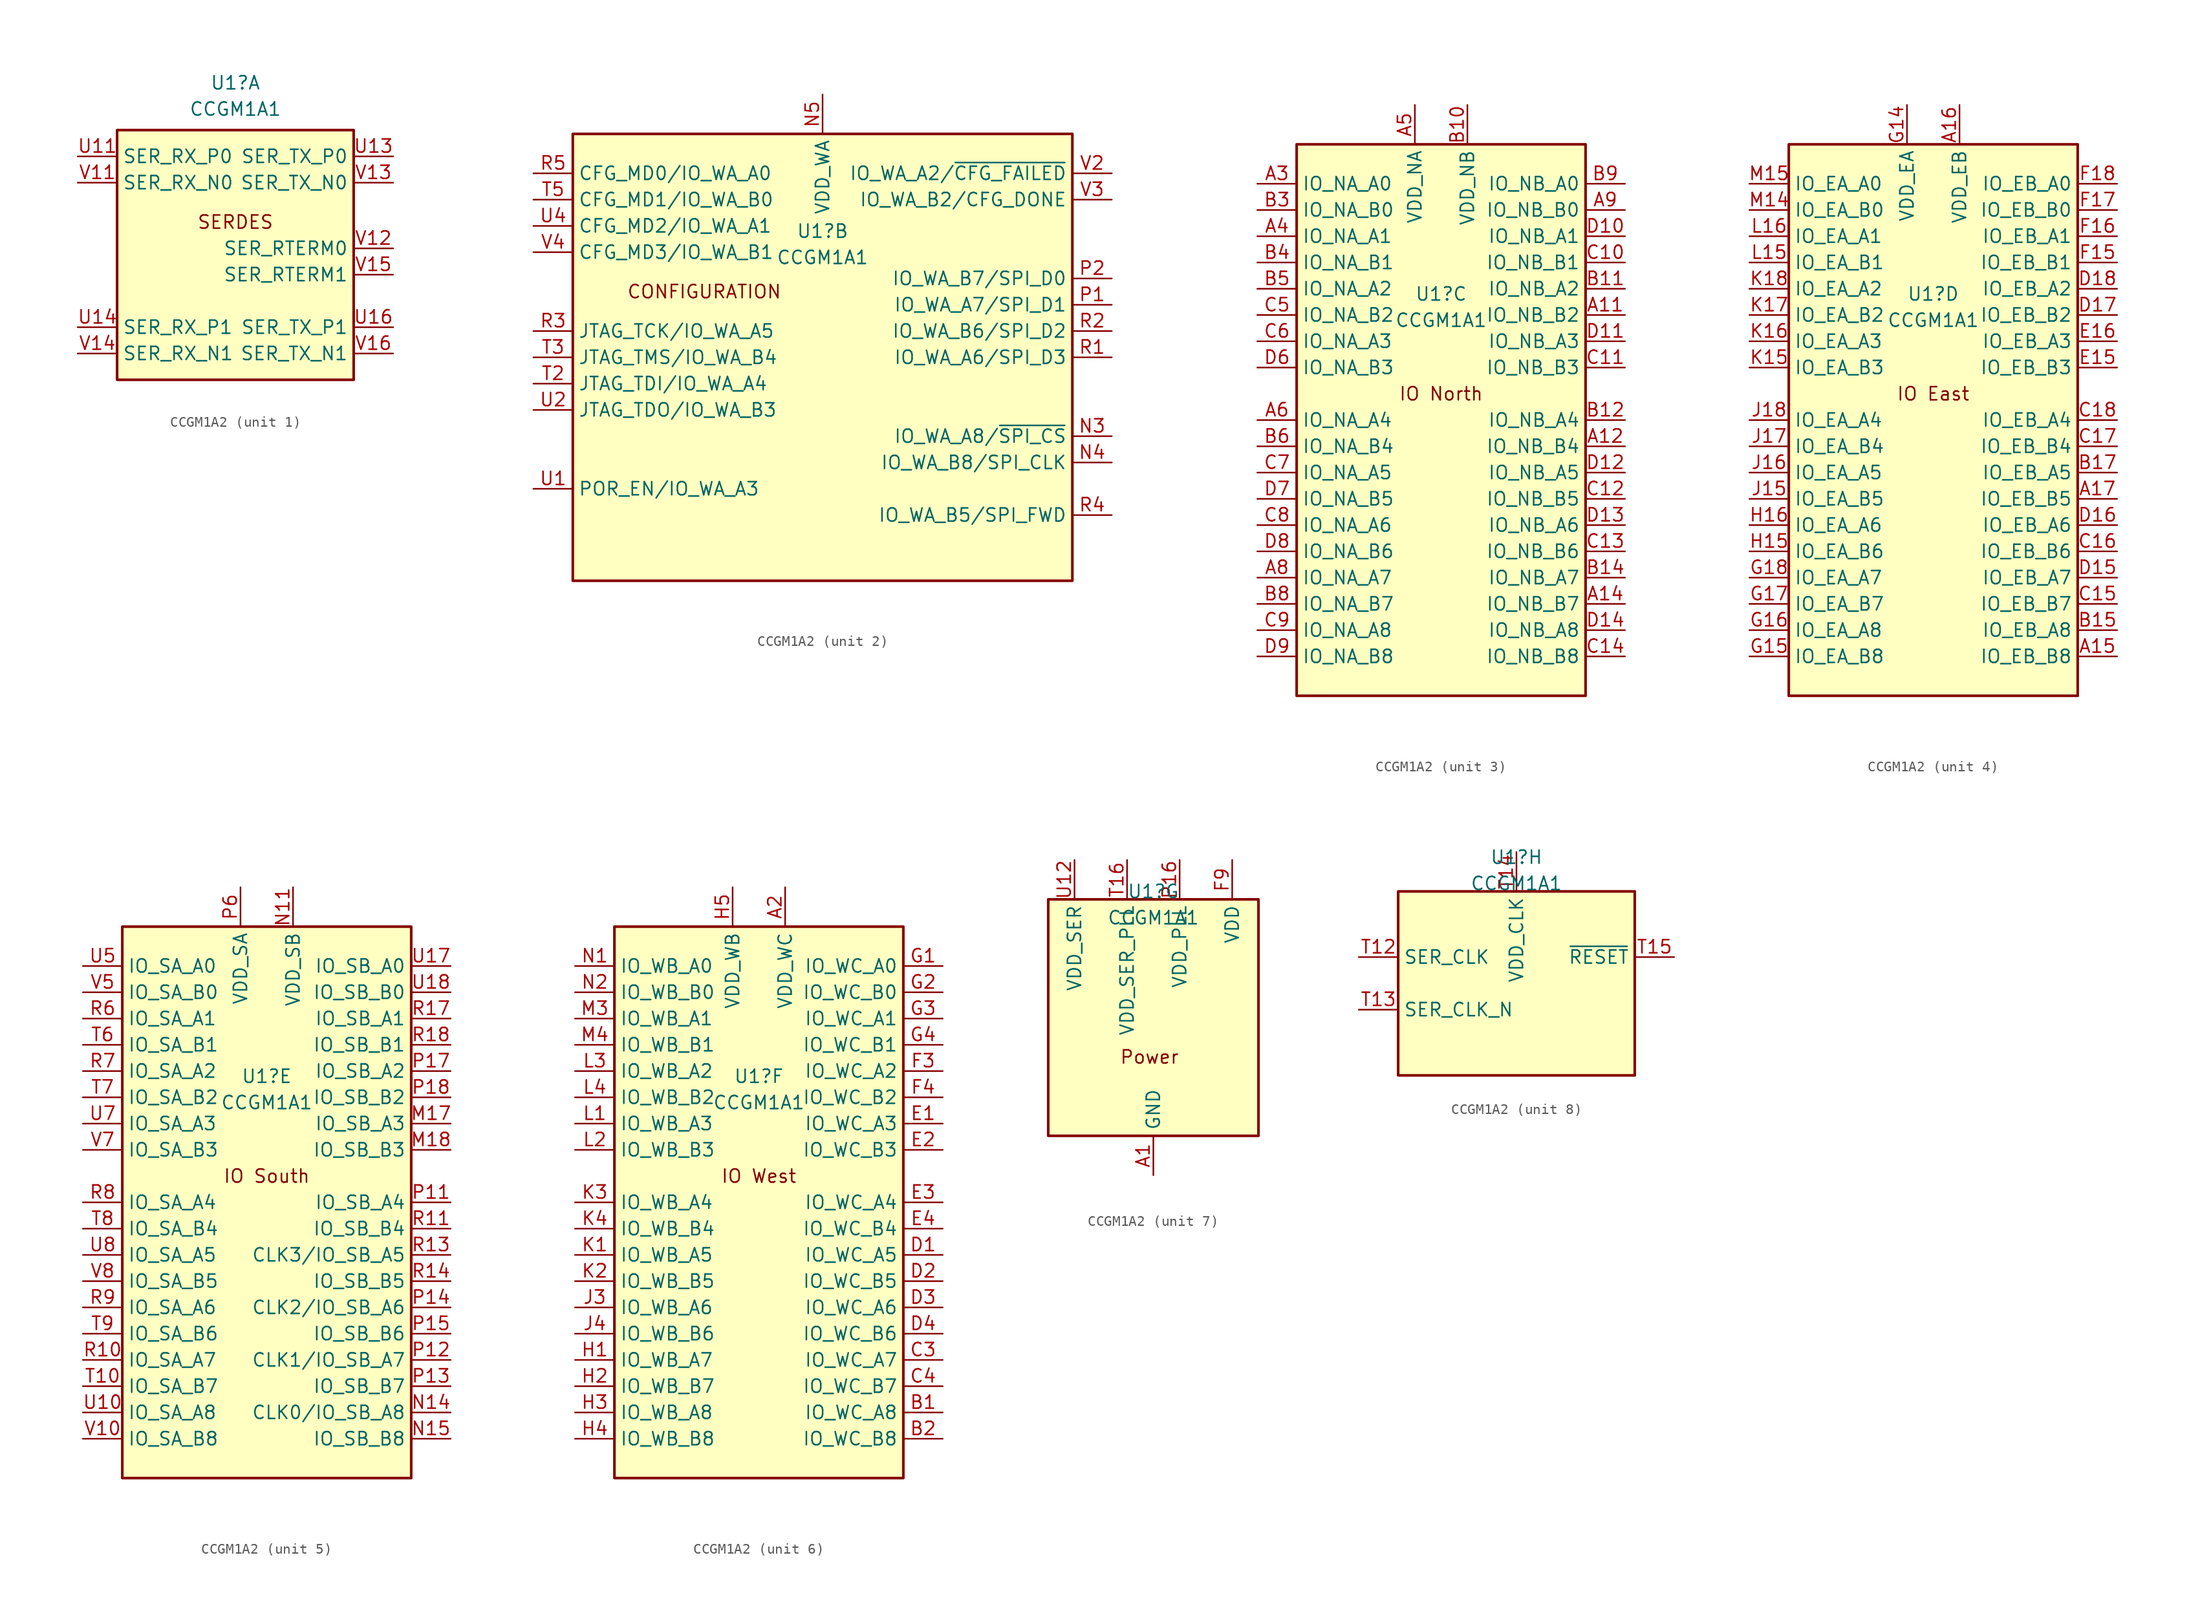
<source format=kicad_sym>
(kicad_symbol_lib
  (version 20231120)
  (generator "kicad_symbol_editor")
  (generator_version "8.0")
  (symbol "CCGM1A2"
    (property "Reference" "U1"
      (at 0 12.192 0)
      (effects (font (size 1.27 1.27))))
    (property "Value" "CCGM1A1"
      (at 0 9.652 0)
      (effects (font (size 1.27 1.27))))
    (property "ki_locked" ""
      (at 0 0 0)
      (effects (font (size 1.27 1.27))))
    (symbol "CCGM1A2_1_1"
      (rectangle (start -11.43 7.62) (end 11.43 -16.51) (stroke (width 0.254) (type default)) (fill (type background)))
      (text "SERDES" (at 0 -1.27 0) (effects (font (size 1.27 1.27))))
      (pin input line (at -15.24 5.08 0) (length 3.81) (name "SER_RX_P0" (effects (font (size 1.27 1.27)))) (number "U11" (effects (font (size 1.27 1.27)))))
      (pin output line (at 15.24 5.08 180) (length 3.81) (name "SER_TX_P0" (effects (font (size 1.27 1.27)))) (number "U13" (effects (font (size 1.27 1.27)))))
      (pin input line (at -15.24 -11.43 0) (length 3.81) (name "SER_RX_P1" (effects (font (size 1.27 1.27)))) (number "U14" (effects (font (size 1.27 1.27)))))
      (pin output line (at 15.24 -11.43 180) (length 3.81) (name "SER_TX_P1" (effects (font (size 1.27 1.27)))) (number "U16" (effects (font (size 1.27 1.27)))))
      (pin input line (at -15.24 2.54 0) (length 3.81) (name "SER_RX_N0" (effects (font (size 1.27 1.27)))) (number "V11" (effects (font (size 1.27 1.27)))))
      (pin passive line (at 15.24 -3.81 180) (length 3.81) (name "SER_RTERM0" (effects (font (size 1.27 1.27)))) (number "V12" (effects (font (size 1.27 1.27)))))
      (pin output line (at 15.24 2.54 180) (length 3.81) (name "SER_TX_N0" (effects (font (size 1.27 1.27)))) (number "V13" (effects (font (size 1.27 1.27)))))
      (pin input line (at -15.24 -13.97 0) (length 3.81) (name "SER_RX_N1" (effects (font (size 1.27 1.27)))) (number "V14" (effects (font (size 1.27 1.27)))))
      (pin passive line (at 15.24 -6.35 180) (length 3.81) (name "SER_RTERM1" (effects (font (size 1.27 1.27)))) (number "V15" (effects (font (size 1.27 1.27)))))
      (pin output line (at 15.24 -13.97 180) (length 3.81) (name "SER_TX_N1" (effects (font (size 1.27 1.27)))) (number "V16" (effects (font (size 1.27 1.27))))))
    (symbol "CCGM1A2_2_1"
      (rectangle (start 24.13 21.59) (end -24.13 -21.59) (stroke (width 0.254) (type default)) (fill (type background)))
      (text "CONFIGURATION" (at -11.43 6.35 0) (effects (font (size 1.27 1.27))))
      (pin bidirectional line (at 27.94 -7.62 180) (length 3.81) (name "IO_WA_A8/~{SPI_CS}" (effects (font (size 1.27 1.27)))) (number "N3" (effects (font (size 1.27 1.27)))))
      (pin bidirectional line (at 27.94 -10.16 180) (length 3.81) (name "IO_WA_B8/SPI_CLK" (effects (font (size 1.27 1.27)))) (number "N4" (effects (font (size 1.27 1.27)))))
      (pin power_in line (at 0 25.4 270) (length 3.81) (name "VDD_WA" (effects (font (size 1.27 1.27)))) (number "N5" (effects (font (size 1.27 1.27)))))
      (pin bidirectional line (at 27.94 5.08 180) (length 3.81) (name "IO_WA_A7/SPI_D1" (effects (font (size 1.27 1.27)))) (number "P1" (effects (font (size 1.27 1.27)))))
      (pin bidirectional line (at 27.94 7.62 180) (length 3.81) (name "IO_WA_B7/SPI_D0" (effects (font (size 1.27 1.27)))) (number "P2" (effects (font (size 1.27 1.27)))))
      (pin passive line (at 0 25.4 270) (length 3.81) hide (name "VDD_WA" (effects (font (size 1.27 1.27)))) (number "P3" (effects (font (size 1.27 1.27)))))
      (pin passive line (at 0 25.4 270) (length 3.81) hide (name "VDD_WA" (effects (font (size 1.27 1.27)))) (number "P5" (effects (font (size 1.27 1.27)))))
      (pin bidirectional line (at 27.94 0 180) (length 3.81) (name "IO_WA_A6/SPI_D3" (effects (font (size 1.27 1.27)))) (number "R1" (effects (font (size 1.27 1.27)))))
      (pin bidirectional line (at 27.94 2.54 180) (length 3.81) (name "IO_WA_B6/SPI_D2" (effects (font (size 1.27 1.27)))) (number "R2" (effects (font (size 1.27 1.27)))))
      (pin bidirectional line (at -27.94 2.54 0) (length 3.81) (name "JTAG_TCK/IO_WA_A5" (effects (font (size 1.27 1.27)))) (number "R3" (effects (font (size 1.27 1.27)))))
      (pin bidirectional line (at 27.94 -15.24 180) (length 3.81) (name "IO_WA_B5/SPI_FWD" (effects (font (size 1.27 1.27)))) (number "R4" (effects (font (size 1.27 1.27)))))
      (pin bidirectional line (at -27.94 17.78 0) (length 3.81) (name "CFG_MD0/IO_WA_A0" (effects (font (size 1.27 1.27)))) (number "R5" (effects (font (size 1.27 1.27)))))
      (pin passive line (at 0 25.4 270) (length 3.81) hide (name "VDD_WA" (effects (font (size 1.27 1.27)))) (number "T1" (effects (font (size 1.27 1.27)))))
      (pin bidirectional line (at -27.94 -2.54 0) (length 3.81) (name "JTAG_TDI/IO_WA_A4" (effects (font (size 1.27 1.27)))) (number "T2" (effects (font (size 1.27 1.27)))))
      (pin bidirectional line (at -27.94 0 0) (length 3.81) (name "JTAG_TMS/IO_WA_B4" (effects (font (size 1.27 1.27)))) (number "T3" (effects (font (size 1.27 1.27)))))
      (pin bidirectional line (at -27.94 15.24 0) (length 3.81) (name "CFG_MD1/IO_WA_B0" (effects (font (size 1.27 1.27)))) (number "T5" (effects (font (size 1.27 1.27)))))
      (pin bidirectional line (at -27.94 -12.7 0) (length 3.81) (name "POR_EN/IO_WA_A3" (effects (font (size 1.27 1.27)))) (number "U1" (effects (font (size 1.27 1.27)))))
      (pin bidirectional line (at -27.94 -5.08 0) (length 3.81) (name "JTAG_TDO/IO_WA_B3" (effects (font (size 1.27 1.27)))) (number "U2" (effects (font (size 1.27 1.27)))))
      (pin passive line (at 0 25.4 270) (length 3.81) hide (name "VDD_WA" (effects (font (size 1.27 1.27)))) (number "U3" (effects (font (size 1.27 1.27)))))
      (pin bidirectional line (at -27.94 12.7 0) (length 3.81) (name "CFG_MD2/IO_WA_A1" (effects (font (size 1.27 1.27)))) (number "U4" (effects (font (size 1.27 1.27)))))
      (pin bidirectional line (at 27.94 17.78 180) (length 3.81) (name "IO_WA_A2/~{CFG_FAILED}" (effects (font (size 1.27 1.27)))) (number "V2" (effects (font (size 1.27 1.27)))))
      (pin bidirectional line (at 27.94 15.24 180) (length 3.81) (name "IO_WA_B2/CFG_DONE" (effects (font (size 1.27 1.27)))) (number "V3" (effects (font (size 1.27 1.27)))))
      (pin bidirectional line (at -27.94 10.16 0) (length 3.81) (name "CFG_MD3/IO_WA_B1" (effects (font (size 1.27 1.27)))) (number "V4" (effects (font (size 1.27 1.27))))))
    (symbol "CCGM1A2_3_1"
      (rectangle (start -13.97 -26.67) (end 13.97 26.67) (stroke (width 0.254) (type default)) (fill (type background)))
      (text "IO North" (at 0 2.54 0) (effects (font (size 1.27 1.27))))
      (pin bidirectional line (at 17.78 10.16 180) (length 3.81) (name "IO_NB_B2" (effects (font (size 1.27 1.27)))) (number "A11" (effects (font (size 1.27 1.27)))))
      (pin bidirectional line (at 17.78 -2.54 180) (length 3.81) (name "IO_NB_B4" (effects (font (size 1.27 1.27)))) (number "A12" (effects (font (size 1.27 1.27)))))
      (pin bidirectional line (at 17.78 -17.78 180) (length 3.81) (name "IO_NB_B7" (effects (font (size 1.27 1.27)))) (number "A14" (effects (font (size 1.27 1.27)))))
      (pin bidirectional line (at -17.78 22.86 0) (length 3.81) (name "IO_NA_A0" (effects (font (size 1.27 1.27)))) (number "A3" (effects (font (size 1.27 1.27)))))
      (pin bidirectional line (at -17.78 17.78 0) (length 3.81) (name "IO_NA_A1" (effects (font (size 1.27 1.27)))) (number "A4" (effects (font (size 1.27 1.27)))))
      (pin power_in line (at -2.54 30.48 270) (length 3.81) (name "VDD_NA" (effects (font (size 1.27 1.27)))) (number "A5" (effects (font (size 1.27 1.27)))))
      (pin bidirectional line (at -17.78 0 0) (length 3.81) (name "IO_NA_A4" (effects (font (size 1.27 1.27)))) (number "A6" (effects (font (size 1.27 1.27)))))
      (pin bidirectional line (at -17.78 -15.24 0) (length 3.81) (name "IO_NA_A7" (effects (font (size 1.27 1.27)))) (number "A8" (effects (font (size 1.27 1.27)))))
      (pin bidirectional line (at 17.78 20.32 180) (length 3.81) (name "IO_NB_B0" (effects (font (size 1.27 1.27)))) (number "A9" (effects (font (size 1.27 1.27)))))
      (pin power_in line (at 2.54 30.48 270) (length 3.81) (name "VDD_NB" (effects (font (size 1.27 1.27)))) (number "B10" (effects (font (size 1.27 1.27)))))
      (pin bidirectional line (at 17.78 12.7 180) (length 3.81) (name "IO_NB_A2" (effects (font (size 1.27 1.27)))) (number "B11" (effects (font (size 1.27 1.27)))))
      (pin bidirectional line (at 17.78 0 180) (length 3.81) (name "IO_NB_A4" (effects (font (size 1.27 1.27)))) (number "B12" (effects (font (size 1.27 1.27)))))
      (pin passive line (at 2.54 30.48 270) (length 3.81) hide (name "VDD_NB" (effects (font (size 1.27 1.27)))) (number "B13" (effects (font (size 1.27 1.27)))))
      (pin bidirectional line (at 17.78 -15.24 180) (length 3.81) (name "IO_NB_A7" (effects (font (size 1.27 1.27)))) (number "B14" (effects (font (size 1.27 1.27)))))
      (pin bidirectional line (at -17.78 20.32 0) (length 3.81) (name "IO_NA_B0" (effects (font (size 1.27 1.27)))) (number "B3" (effects (font (size 1.27 1.27)))))
      (pin bidirectional line (at -17.78 15.24 0) (length 3.81) (name "IO_NA_B1" (effects (font (size 1.27 1.27)))) (number "B4" (effects (font (size 1.27 1.27)))))
      (pin bidirectional line (at -17.78 12.7 0) (length 3.81) (name "IO_NA_A2" (effects (font (size 1.27 1.27)))) (number "B5" (effects (font (size 1.27 1.27)))))
      (pin bidirectional line (at -17.78 -2.54 0) (length 3.81) (name "IO_NA_B4" (effects (font (size 1.27 1.27)))) (number "B6" (effects (font (size 1.27 1.27)))))
      (pin passive line (at -2.54 30.48 270) (length 3.81) hide (name "VDD_NA" (effects (font (size 1.27 1.27)))) (number "B7" (effects (font (size 1.27 1.27)))))
      (pin bidirectional line (at -17.78 -17.78 0) (length 3.81) (name "IO_NA_B7" (effects (font (size 1.27 1.27)))) (number "B8" (effects (font (size 1.27 1.27)))))
      (pin bidirectional line (at 17.78 22.86 180) (length 3.81) (name "IO_NB_A0" (effects (font (size 1.27 1.27)))) (number "B9" (effects (font (size 1.27 1.27)))))
      (pin bidirectional line (at 17.78 15.24 180) (length 3.81) (name "IO_NB_B1" (effects (font (size 1.27 1.27)))) (number "C10" (effects (font (size 1.27 1.27)))))
      (pin bidirectional line (at 17.78 5.08 180) (length 3.81) (name "IO_NB_B3" (effects (font (size 1.27 1.27)))) (number "C11" (effects (font (size 1.27 1.27)))))
      (pin bidirectional line (at 17.78 -7.62 180) (length 3.81) (name "IO_NB_B5" (effects (font (size 1.27 1.27)))) (number "C12" (effects (font (size 1.27 1.27)))))
      (pin bidirectional line (at 17.78 -12.7 180) (length 3.81) (name "IO_NB_B6" (effects (font (size 1.27 1.27)))) (number "C13" (effects (font (size 1.27 1.27)))))
      (pin bidirectional line (at 17.78 -22.86 180) (length 3.81) (name "IO_NB_B8" (effects (font (size 1.27 1.27)))) (number "C14" (effects (font (size 1.27 1.27)))))
      (pin bidirectional line (at -17.78 10.16 0) (length 3.81) (name "IO_NA_B2" (effects (font (size 1.27 1.27)))) (number "C5" (effects (font (size 1.27 1.27)))))
      (pin bidirectional line (at -17.78 7.62 0) (length 3.81) (name "IO_NA_A3" (effects (font (size 1.27 1.27)))) (number "C6" (effects (font (size 1.27 1.27)))))
      (pin bidirectional line (at -17.78 -5.08 0) (length 3.81) (name "IO_NA_A5" (effects (font (size 1.27 1.27)))) (number "C7" (effects (font (size 1.27 1.27)))))
      (pin bidirectional line (at -17.78 -10.16 0) (length 3.81) (name "IO_NA_A6" (effects (font (size 1.27 1.27)))) (number "C8" (effects (font (size 1.27 1.27)))))
      (pin bidirectional line (at -17.78 -20.32 0) (length 3.81) (name "IO_NA_A8" (effects (font (size 1.27 1.27)))) (number "C9" (effects (font (size 1.27 1.27)))))
      (pin bidirectional line (at 17.78 17.78 180) (length 3.81) (name "IO_NB_A1" (effects (font (size 1.27 1.27)))) (number "D10" (effects (font (size 1.27 1.27)))))
      (pin bidirectional line (at 17.78 7.62 180) (length 3.81) (name "IO_NB_A3" (effects (font (size 1.27 1.27)))) (number "D11" (effects (font (size 1.27 1.27)))))
      (pin bidirectional line (at 17.78 -5.08 180) (length 3.81) (name "IO_NB_A5" (effects (font (size 1.27 1.27)))) (number "D12" (effects (font (size 1.27 1.27)))))
      (pin bidirectional line (at 17.78 -10.16 180) (length 3.81) (name "IO_NB_A6" (effects (font (size 1.27 1.27)))) (number "D13" (effects (font (size 1.27 1.27)))))
      (pin bidirectional line (at 17.78 -20.32 180) (length 3.81) (name "IO_NB_A8" (effects (font (size 1.27 1.27)))) (number "D14" (effects (font (size 1.27 1.27)))))
      (pin bidirectional line (at -17.78 5.08 0) (length 3.81) (name "IO_NA_B3" (effects (font (size 1.27 1.27)))) (number "D6" (effects (font (size 1.27 1.27)))))
      (pin bidirectional line (at -17.78 -7.62 0) (length 3.81) (name "IO_NA_B5" (effects (font (size 1.27 1.27)))) (number "D7" (effects (font (size 1.27 1.27)))))
      (pin bidirectional line (at -17.78 -12.7 0) (length 3.81) (name "IO_NA_B6" (effects (font (size 1.27 1.27)))) (number "D8" (effects (font (size 1.27 1.27)))))
      (pin bidirectional line (at -17.78 -22.86 0) (length 3.81) (name "IO_NA_B8" (effects (font (size 1.27 1.27)))) (number "D9" (effects (font (size 1.27 1.27)))))
      (pin passive line (at 2.54 30.48 270) (length 3.81) hide (name "VDD_NB" (effects (font (size 1.27 1.27)))) (number "E10" (effects (font (size 1.27 1.27)))))
      (pin passive line (at 2.54 30.48 270) (length 3.81) hide (name "VDD_NB" (effects (font (size 1.27 1.27)))) (number "E12" (effects (font (size 1.27 1.27)))))
      (pin passive line (at -2.54 30.48 270) (length 3.81) hide (name "VDD_NA" (effects (font (size 1.27 1.27)))) (number "E6" (effects (font (size 1.27 1.27)))))
      (pin passive line (at -2.54 30.48 270) (length 3.81) hide (name "VDD_NA" (effects (font (size 1.27 1.27)))) (number "E8" (effects (font (size 1.27 1.27)))))
      (pin passive line (at 2.54 30.48 270) (length 3.81) hide (name "VDD_NB" (effects (font (size 1.27 1.27)))) (number "F11" (effects (font (size 1.27 1.27)))))
      (pin passive line (at -2.54 30.48 270) (length 3.81) hide (name "VDD_NA" (effects (font (size 1.27 1.27)))) (number "F7" (effects (font (size 1.27 1.27))))))
    (symbol "CCGM1A2_4_1"
      (rectangle (start -13.97 -26.67) (end 13.97 26.67) (stroke (width 0.254) (type default)) (fill (type background)))
      (text "IO East" (at 0 2.54 0) (effects (font (size 1.27 1.27))))
      (pin bidirectional line (at 17.78 -22.86 180) (length 3.81) (name "IO_EB_B8" (effects (font (size 1.27 1.27)))) (number "A15" (effects (font (size 1.27 1.27)))))
      (pin power_in line (at 2.54 30.48 270) (length 3.81) (name "VDD_EB" (effects (font (size 1.27 1.27)))) (number "A16" (effects (font (size 1.27 1.27)))))
      (pin bidirectional line (at 17.78 -7.62 180) (length 3.81) (name "IO_EB_B5" (effects (font (size 1.27 1.27)))) (number "A17" (effects (font (size 1.27 1.27)))))
      (pin bidirectional line (at 17.78 -20.32 180) (length 3.81) (name "IO_EB_A8" (effects (font (size 1.27 1.27)))) (number "B15" (effects (font (size 1.27 1.27)))))
      (pin bidirectional line (at 17.78 -5.08 180) (length 3.81) (name "IO_EB_A5" (effects (font (size 1.27 1.27)))) (number "B17" (effects (font (size 1.27 1.27)))))
      (pin passive line (at 2.54 30.48 270) (length 3.81) hide (name "VDD_EB" (effects (font (size 1.27 1.27)))) (number "B18" (effects (font (size 1.27 1.27)))))
      (pin bidirectional line (at 17.78 -17.78 180) (length 3.81) (name "IO_EB_B7" (effects (font (size 1.27 1.27)))) (number "C15" (effects (font (size 1.27 1.27)))))
      (pin bidirectional line (at 17.78 -12.7 180) (length 3.81) (name "IO_EB_B6" (effects (font (size 1.27 1.27)))) (number "C16" (effects (font (size 1.27 1.27)))))
      (pin bidirectional line (at 17.78 -2.54 180) (length 3.81) (name "IO_EB_B4" (effects (font (size 1.27 1.27)))) (number "C17" (effects (font (size 1.27 1.27)))))
      (pin bidirectional line (at 17.78 0 180) (length 3.81) (name "IO_EB_A4" (effects (font (size 1.27 1.27)))) (number "C18" (effects (font (size 1.27 1.27)))))
      (pin bidirectional line (at 17.78 -15.24 180) (length 3.81) (name "IO_EB_A7" (effects (font (size 1.27 1.27)))) (number "D15" (effects (font (size 1.27 1.27)))))
      (pin bidirectional line (at 17.78 -10.16 180) (length 3.81) (name "IO_EB_A6" (effects (font (size 1.27 1.27)))) (number "D16" (effects (font (size 1.27 1.27)))))
      (pin bidirectional line (at 17.78 10.16 180) (length 3.81) (name "IO_EB_B2" (effects (font (size 1.27 1.27)))) (number "D17" (effects (font (size 1.27 1.27)))))
      (pin bidirectional line (at 17.78 12.7 180) (length 3.81) (name "IO_EB_A2" (effects (font (size 1.27 1.27)))) (number "D18" (effects (font (size 1.27 1.27)))))
      (pin passive line (at 2.54 30.48 270) (length 3.81) hide (name "VDD_EB" (effects (font (size 1.27 1.27)))) (number "E14" (effects (font (size 1.27 1.27)))))
      (pin bidirectional line (at 17.78 5.08 180) (length 3.81) (name "IO_EB_B3" (effects (font (size 1.27 1.27)))) (number "E15" (effects (font (size 1.27 1.27)))))
      (pin bidirectional line (at 17.78 7.62 180) (length 3.81) (name "IO_EB_A3" (effects (font (size 1.27 1.27)))) (number "E16" (effects (font (size 1.27 1.27)))))
      (pin passive line (at 2.54 30.48 270) (length 3.81) hide (name "VDD_EB" (effects (font (size 1.27 1.27)))) (number "E17" (effects (font (size 1.27 1.27)))))
      (pin passive line (at 2.54 30.48 270) (length 3.81) hide (name "VDD_EB" (effects (font (size 1.27 1.27)))) (number "F13" (effects (font (size 1.27 1.27)))))
      (pin bidirectional line (at 17.78 15.24 180) (length 3.81) (name "IO_EB_B1" (effects (font (size 1.27 1.27)))) (number "F15" (effects (font (size 1.27 1.27)))))
      (pin bidirectional line (at 17.78 17.78 180) (length 3.81) (name "IO_EB_A1" (effects (font (size 1.27 1.27)))) (number "F16" (effects (font (size 1.27 1.27)))))
      (pin bidirectional line (at 17.78 20.32 180) (length 3.81) (name "IO_EB_B0" (effects (font (size 1.27 1.27)))) (number "F17" (effects (font (size 1.27 1.27)))))
      (pin bidirectional line (at 17.78 22.86 180) (length 3.81) (name "IO_EB_A0" (effects (font (size 1.27 1.27)))) (number "F18" (effects (font (size 1.27 1.27)))))
      (pin power_in line (at -2.54 30.48 270) (length 3.81) (name "VDD_EA" (effects (font (size 1.27 1.27)))) (number "G14" (effects (font (size 1.27 1.27)))))
      (pin bidirectional line (at -17.78 -22.86 0) (length 3.81) (name "IO_EA_B8" (effects (font (size 1.27 1.27)))) (number "G15" (effects (font (size 1.27 1.27)))))
      (pin bidirectional line (at -17.78 -20.32 0) (length 3.81) (name "IO_EA_A8" (effects (font (size 1.27 1.27)))) (number "G16" (effects (font (size 1.27 1.27)))))
      (pin bidirectional line (at -17.78 -17.78 0) (length 3.81) (name "IO_EA_B7" (effects (font (size 1.27 1.27)))) (number "G17" (effects (font (size 1.27 1.27)))))
      (pin bidirectional line (at -17.78 -15.24 0) (length 3.81) (name "IO_EA_A7" (effects (font (size 1.27 1.27)))) (number "G18" (effects (font (size 1.27 1.27)))))
      (pin bidirectional line (at -17.78 -12.7 0) (length 3.81) (name "IO_EA_B6" (effects (font (size 1.27 1.27)))) (number "H15" (effects (font (size 1.27 1.27)))))
      (pin bidirectional line (at -17.78 -10.16 0) (length 3.81) (name "IO_EA_A6" (effects (font (size 1.27 1.27)))) (number "H16" (effects (font (size 1.27 1.27)))))
      (pin passive line (at -2.54 30.48 270) (length 3.81) hide (name "VDD_EA" (effects (font (size 1.27 1.27)))) (number "H17" (effects (font (size 1.27 1.27)))))
      (pin passive line (at -2.54 30.48 270) (length 3.81) hide (name "VDD_EA" (effects (font (size 1.27 1.27)))) (number "J14" (effects (font (size 1.27 1.27)))))
      (pin bidirectional line (at -17.78 -7.62 0) (length 3.81) (name "IO_EA_B5" (effects (font (size 1.27 1.27)))) (number "J15" (effects (font (size 1.27 1.27)))))
      (pin bidirectional line (at -17.78 -5.08 0) (length 3.81) (name "IO_EA_A5" (effects (font (size 1.27 1.27)))) (number "J16" (effects (font (size 1.27 1.27)))))
      (pin bidirectional line (at -17.78 -2.54 0) (length 3.81) (name "IO_EA_B4" (effects (font (size 1.27 1.27)))) (number "J17" (effects (font (size 1.27 1.27)))))
      (pin bidirectional line (at -17.78 0 0) (length 3.81) (name "IO_EA_A4" (effects (font (size 1.27 1.27)))) (number "J18" (effects (font (size 1.27 1.27)))))
      (pin bidirectional line (at -17.78 5.08 0) (length 3.81) (name "IO_EA_B3" (effects (font (size 1.27 1.27)))) (number "K15" (effects (font (size 1.27 1.27)))))
      (pin bidirectional line (at -17.78 7.62 0) (length 3.81) (name "IO_EA_A3" (effects (font (size 1.27 1.27)))) (number "K16" (effects (font (size 1.27 1.27)))))
      (pin bidirectional line (at -17.78 10.16 0) (length 3.81) (name "IO_EA_B2" (effects (font (size 1.27 1.27)))) (number "K17" (effects (font (size 1.27 1.27)))))
      (pin bidirectional line (at -17.78 12.7 0) (length 3.81) (name "IO_EA_A2" (effects (font (size 1.27 1.27)))) (number "K18" (effects (font (size 1.27 1.27)))))
      (pin passive line (at -2.54 30.48 270) (length 3.81) hide (name "VDD_EA" (effects (font (size 1.27 1.27)))) (number "L14" (effects (font (size 1.27 1.27)))))
      (pin bidirectional line (at -17.78 15.24 0) (length 3.81) (name "IO_EA_B1" (effects (font (size 1.27 1.27)))) (number "L15" (effects (font (size 1.27 1.27)))))
      (pin bidirectional line (at -17.78 17.78 0) (length 3.81) (name "IO_EA_A1" (effects (font (size 1.27 1.27)))) (number "L16" (effects (font (size 1.27 1.27)))))
      (pin passive line (at -2.54 30.48 270) (length 3.81) hide (name "VDD_EA" (effects (font (size 1.27 1.27)))) (number "L17" (effects (font (size 1.27 1.27)))))
      (pin bidirectional line (at -17.78 20.32 0) (length 3.81) (name "IO_EA_B0" (effects (font (size 1.27 1.27)))) (number "M14" (effects (font (size 1.27 1.27)))))
      (pin bidirectional line (at -17.78 22.86 0) (length 3.81) (name "IO_EA_A0" (effects (font (size 1.27 1.27)))) (number "M15" (effects (font (size 1.27 1.27))))))
    (symbol "CCGM1A2_5_1"
      (rectangle (start -13.97 -26.67) (end 13.97 26.67) (stroke (width 0.254) (type default)) (fill (type background)))
      (text "IO South" (at 0 2.54 0) (effects (font (size 1.27 1.27))))
      (pin bidirectional line (at 17.78 7.62 180) (length 3.81) (name "IO_SB_A3" (effects (font (size 1.27 1.27)))) (number "M17" (effects (font (size 1.27 1.27)))))
      (pin bidirectional line (at 17.78 5.08 180) (length 3.81) (name "IO_SB_B3" (effects (font (size 1.27 1.27)))) (number "M18" (effects (font (size 1.27 1.27)))))
      (pin power_in line (at 2.54 30.48 270) (length 3.81) (name "VDD_SB" (effects (font (size 1.27 1.27)))) (number "N11" (effects (font (size 1.27 1.27)))))
      (pin passive line (at 2.54 30.48 270) (length 3.81) hide (name "VDD_SB" (effects (font (size 1.27 1.27)))) (number "N13" (effects (font (size 1.27 1.27)))))
      (pin bidirectional line (at 17.78 -20.32 180) (length 3.81) (name "CLK0/IO_SB_A8" (effects (font (size 1.27 1.27)))) (number "N14" (effects (font (size 1.27 1.27)))))
      (pin bidirectional line (at 17.78 -22.86 180) (length 3.81) (name "IO_SB_B8" (effects (font (size 1.27 1.27)))) (number "N15" (effects (font (size 1.27 1.27)))))
      (pin passive line (at 2.54 30.48 270) (length 3.81) hide (name "VDD_SB" (effects (font (size 1.27 1.27)))) (number "N18" (effects (font (size 1.27 1.27)))))
      (pin passive line (at -2.54 30.48 270) (length 3.81) hide (name "VDD_SA" (effects (font (size 1.27 1.27)))) (number "P10" (effects (font (size 1.27 1.27)))))
      (pin bidirectional line (at 17.78 0 180) (length 3.81) (name "IO_SB_A4" (effects (font (size 1.27 1.27)))) (number "P11" (effects (font (size 1.27 1.27)))))
      (pin bidirectional line (at 17.78 -15.24 180) (length 3.81) (name "CLK1/IO_SB_A7" (effects (font (size 1.27 1.27)))) (number "P12" (effects (font (size 1.27 1.27)))))
      (pin bidirectional line (at 17.78 -17.78 180) (length 3.81) (name "IO_SB_B7" (effects (font (size 1.27 1.27)))) (number "P13" (effects (font (size 1.27 1.27)))))
      (pin bidirectional line (at 17.78 -10.16 180) (length 3.81) (name "CLK2/IO_SB_A6" (effects (font (size 1.27 1.27)))) (number "P14" (effects (font (size 1.27 1.27)))))
      (pin bidirectional line (at 17.78 -12.7 180) (length 3.81) (name "IO_SB_B6" (effects (font (size 1.27 1.27)))) (number "P15" (effects (font (size 1.27 1.27)))))
      (pin bidirectional line (at 17.78 12.7 180) (length 3.81) (name "IO_SB_A2" (effects (font (size 1.27 1.27)))) (number "P17" (effects (font (size 1.27 1.27)))))
      (pin bidirectional line (at 17.78 10.16 180) (length 3.81) (name "IO_SB_B2" (effects (font (size 1.27 1.27)))) (number "P18" (effects (font (size 1.27 1.27)))))
      (pin power_in line (at -2.54 30.48 270) (length 3.81) (name "VDD_SA" (effects (font (size 1.27 1.27)))) (number "P6" (effects (font (size 1.27 1.27)))))
      (pin passive line (at -2.54 30.48 270) (length 3.81) hide (name "VDD_SA" (effects (font (size 1.27 1.27)))) (number "P8" (effects (font (size 1.27 1.27)))))
      (pin bidirectional line (at -17.78 -15.24 0) (length 3.81) (name "IO_SA_A7" (effects (font (size 1.27 1.27)))) (number "R10" (effects (font (size 1.27 1.27)))))
      (pin bidirectional line (at 17.78 -2.54 180) (length 3.81) (name "IO_SB_B4" (effects (font (size 1.27 1.27)))) (number "R11" (effects (font (size 1.27 1.27)))))
      (pin bidirectional line (at 17.78 -5.08 180) (length 3.81) (name "CLK3/IO_SB_A5" (effects (font (size 1.27 1.27)))) (number "R13" (effects (font (size 1.27 1.27)))))
      (pin bidirectional line (at 17.78 -7.62 180) (length 3.81) (name "IO_SB_B5" (effects (font (size 1.27 1.27)))) (number "R14" (effects (font (size 1.27 1.27)))))
      (pin passive line (at 2.54 30.48 270) (length 3.81) hide (name "VDD_SB" (effects (font (size 1.27 1.27)))) (number "R15" (effects (font (size 1.27 1.27)))))
      (pin bidirectional line (at 17.78 17.78 180) (length 3.81) (name "IO_SB_A1" (effects (font (size 1.27 1.27)))) (number "R17" (effects (font (size 1.27 1.27)))))
      (pin bidirectional line (at 17.78 15.24 180) (length 3.81) (name "IO_SB_B1" (effects (font (size 1.27 1.27)))) (number "R18" (effects (font (size 1.27 1.27)))))
      (pin bidirectional line (at -17.78 17.78 0) (length 3.81) (name "IO_SA_A1" (effects (font (size 1.27 1.27)))) (number "R6" (effects (font (size 1.27 1.27)))))
      (pin bidirectional line (at -17.78 12.7 0) (length 3.81) (name "IO_SA_A2" (effects (font (size 1.27 1.27)))) (number "R7" (effects (font (size 1.27 1.27)))))
      (pin bidirectional line (at -17.78 0 0) (length 3.81) (name "IO_SA_A4" (effects (font (size 1.27 1.27)))) (number "R8" (effects (font (size 1.27 1.27)))))
      (pin bidirectional line (at -17.78 -10.16 0) (length 3.81) (name "IO_SA_A6" (effects (font (size 1.27 1.27)))) (number "R9" (effects (font (size 1.27 1.27)))))
      (pin bidirectional line (at -17.78 -17.78 0) (length 3.81) (name "IO_SA_B7" (effects (font (size 1.27 1.27)))) (number "T10" (effects (font (size 1.27 1.27)))))
      (pin passive line (at 2.54 30.48 270) (length 3.81) hide (name "VDD_SB" (effects (font (size 1.27 1.27)))) (number "T18" (effects (font (size 1.27 1.27)))))
      (pin bidirectional line (at -17.78 15.24 0) (length 3.81) (name "IO_SA_B1" (effects (font (size 1.27 1.27)))) (number "T6" (effects (font (size 1.27 1.27)))))
      (pin bidirectional line (at -17.78 10.16 0) (length 3.81) (name "IO_SA_B2" (effects (font (size 1.27 1.27)))) (number "T7" (effects (font (size 1.27 1.27)))))
      (pin bidirectional line (at -17.78 -2.54 0) (length 3.81) (name "IO_SA_B4" (effects (font (size 1.27 1.27)))) (number "T8" (effects (font (size 1.27 1.27)))))
      (pin bidirectional line (at -17.78 -12.7 0) (length 3.81) (name "IO_SA_B6" (effects (font (size 1.27 1.27)))) (number "T9" (effects (font (size 1.27 1.27)))))
      (pin bidirectional line (at -17.78 -20.32 0) (length 3.81) (name "IO_SA_A8" (effects (font (size 1.27 1.27)))) (number "U10" (effects (font (size 1.27 1.27)))))
      (pin bidirectional line (at 17.78 22.86 180) (length 3.81) (name "IO_SB_A0" (effects (font (size 1.27 1.27)))) (number "U17" (effects (font (size 1.27 1.27)))))
      (pin bidirectional line (at 17.78 20.32 180) (length 3.81) (name "IO_SB_B0" (effects (font (size 1.27 1.27)))) (number "U18" (effects (font (size 1.27 1.27)))))
      (pin bidirectional line (at -17.78 22.86 0) (length 3.81) (name "IO_SA_A0" (effects (font (size 1.27 1.27)))) (number "U5" (effects (font (size 1.27 1.27)))))
      (pin passive line (at -2.54 30.48 270) (length 3.81) hide (name "VDD_SA" (effects (font (size 1.27 1.27)))) (number "U6" (effects (font (size 1.27 1.27)))))
      (pin bidirectional line (at -17.78 7.62 0) (length 3.81) (name "IO_SA_A3" (effects (font (size 1.27 1.27)))) (number "U7" (effects (font (size 1.27 1.27)))))
      (pin bidirectional line (at -17.78 -5.08 0) (length 3.81) (name "IO_SA_A5" (effects (font (size 1.27 1.27)))) (number "U8" (effects (font (size 1.27 1.27)))))
      (pin passive line (at -2.54 30.48 270) (length 3.81) hide (name "VDD_SA" (effects (font (size 1.27 1.27)))) (number "U9" (effects (font (size 1.27 1.27)))))
      (pin bidirectional line (at -17.78 -22.86 0) (length 3.81) (name "IO_SA_B8" (effects (font (size 1.27 1.27)))) (number "V10" (effects (font (size 1.27 1.27)))))
      (pin bidirectional line (at -17.78 20.32 0) (length 3.81) (name "IO_SA_B0" (effects (font (size 1.27 1.27)))) (number "V5" (effects (font (size 1.27 1.27)))))
      (pin bidirectional line (at -17.78 5.08 0) (length 3.81) (name "IO_SA_B3" (effects (font (size 1.27 1.27)))) (number "V7" (effects (font (size 1.27 1.27)))))
      (pin bidirectional line (at -17.78 -7.62 0) (length 3.81) (name "IO_SA_B5" (effects (font (size 1.27 1.27)))) (number "V8" (effects (font (size 1.27 1.27))))))
    (symbol "CCGM1A2_6_1"
      (rectangle (start -13.97 -26.67) (end 13.97 26.67) (stroke (width 0.254) (type default)) (fill (type background)))
      (text "IO West" (at 0 2.54 0) (effects (font (size 1.27 1.27))))
      (pin power_in line (at 2.54 30.48 270) (length 3.81) (name "VDD_WC" (effects (font (size 1.27 1.27)))) (number "A2" (effects (font (size 1.27 1.27)))))
      (pin bidirectional line (at 17.78 -20.32 180) (length 3.81) (name "IO_WC_A8" (effects (font (size 1.27 1.27)))) (number "B1" (effects (font (size 1.27 1.27)))))
      (pin bidirectional line (at 17.78 -22.86 180) (length 3.81) (name "IO_WC_B8" (effects (font (size 1.27 1.27)))) (number "B2" (effects (font (size 1.27 1.27)))))
      (pin passive line (at 2.54 30.48 270) (length 3.81) hide (name "VDD_WC" (effects (font (size 1.27 1.27)))) (number "C2" (effects (font (size 1.27 1.27)))))
      (pin bidirectional line (at 17.78 -15.24 180) (length 3.81) (name "IO_WC_A7" (effects (font (size 1.27 1.27)))) (number "C3" (effects (font (size 1.27 1.27)))))
      (pin bidirectional line (at 17.78 -17.78 180) (length 3.81) (name "IO_WC_B7" (effects (font (size 1.27 1.27)))) (number "C4" (effects (font (size 1.27 1.27)))))
      (pin bidirectional line (at 17.78 -5.08 180) (length 3.81) (name "IO_WC_A5" (effects (font (size 1.27 1.27)))) (number "D1" (effects (font (size 1.27 1.27)))))
      (pin bidirectional line (at 17.78 -7.62 180) (length 3.81) (name "IO_WC_B5" (effects (font (size 1.27 1.27)))) (number "D2" (effects (font (size 1.27 1.27)))))
      (pin bidirectional line (at 17.78 -10.16 180) (length 3.81) (name "IO_WC_A6" (effects (font (size 1.27 1.27)))) (number "D3" (effects (font (size 1.27 1.27)))))
      (pin bidirectional line (at 17.78 -12.7 180) (length 3.81) (name "IO_WC_B6" (effects (font (size 1.27 1.27)))) (number "D4" (effects (font (size 1.27 1.27)))))
      (pin passive line (at 2.54 30.48 270) (length 3.81) hide (name "VDD_WC" (effects (font (size 1.27 1.27)))) (number "D5" (effects (font (size 1.27 1.27)))))
      (pin bidirectional line (at 17.78 7.62 180) (length 3.81) (name "IO_WC_A3" (effects (font (size 1.27 1.27)))) (number "E1" (effects (font (size 1.27 1.27)))))
      (pin bidirectional line (at 17.78 5.08 180) (length 3.81) (name "IO_WC_B3" (effects (font (size 1.27 1.27)))) (number "E2" (effects (font (size 1.27 1.27)))))
      (pin bidirectional line (at 17.78 0 180) (length 3.81) (name "IO_WC_A4" (effects (font (size 1.27 1.27)))) (number "E3" (effects (font (size 1.27 1.27)))))
      (pin bidirectional line (at 17.78 -2.54 180) (length 3.81) (name "IO_WC_B4" (effects (font (size 1.27 1.27)))) (number "E4" (effects (font (size 1.27 1.27)))))
      (pin passive line (at 2.54 30.48 270) (length 3.81) hide (name "VDD_WC" (effects (font (size 1.27 1.27)))) (number "F2" (effects (font (size 1.27 1.27)))))
      (pin bidirectional line (at 17.78 12.7 180) (length 3.81) (name "IO_WC_A2" (effects (font (size 1.27 1.27)))) (number "F3" (effects (font (size 1.27 1.27)))))
      (pin bidirectional line (at 17.78 10.16 180) (length 3.81) (name "IO_WC_B2" (effects (font (size 1.27 1.27)))) (number "F4" (effects (font (size 1.27 1.27)))))
      (pin passive line (at 2.54 30.48 270) (length 3.81) hide (name "VDD_WC" (effects (font (size 1.27 1.27)))) (number "F5" (effects (font (size 1.27 1.27)))))
      (pin bidirectional line (at 17.78 22.86 180) (length 3.81) (name "IO_WC_A0" (effects (font (size 1.27 1.27)))) (number "G1" (effects (font (size 1.27 1.27)))))
      (pin bidirectional line (at 17.78 20.32 180) (length 3.81) (name "IO_WC_B0" (effects (font (size 1.27 1.27)))) (number "G2" (effects (font (size 1.27 1.27)))))
      (pin bidirectional line (at 17.78 17.78 180) (length 3.81) (name "IO_WC_A1" (effects (font (size 1.27 1.27)))) (number "G3" (effects (font (size 1.27 1.27)))))
      (pin bidirectional line (at 17.78 15.24 180) (length 3.81) (name "IO_WC_B1" (effects (font (size 1.27 1.27)))) (number "G4" (effects (font (size 1.27 1.27)))))
      (pin bidirectional line (at -17.78 -15.24 0) (length 3.81) (name "IO_WB_A7" (effects (font (size 1.27 1.27)))) (number "H1" (effects (font (size 1.27 1.27)))))
      (pin bidirectional line (at -17.78 -17.78 0) (length 3.81) (name "IO_WB_B7" (effects (font (size 1.27 1.27)))) (number "H2" (effects (font (size 1.27 1.27)))))
      (pin bidirectional line (at -17.78 -20.32 0) (length 3.81) (name "IO_WB_A8" (effects (font (size 1.27 1.27)))) (number "H3" (effects (font (size 1.27 1.27)))))
      (pin bidirectional line (at -17.78 -22.86 0) (length 3.81) (name "IO_WB_B8" (effects (font (size 1.27 1.27)))) (number "H4" (effects (font (size 1.27 1.27)))))
      (pin power_in line (at -2.54 30.48 270) (length 3.81) (name "VDD_WB" (effects (font (size 1.27 1.27)))) (number "H5" (effects (font (size 1.27 1.27)))))
      (pin passive line (at -2.54 30.48 270) (length 3.81) hide (name "VDD_WB" (effects (font (size 1.27 1.27)))) (number "J2" (effects (font (size 1.27 1.27)))))
      (pin bidirectional line (at -17.78 -10.16 0) (length 3.81) (name "IO_WB_A6" (effects (font (size 1.27 1.27)))) (number "J3" (effects (font (size 1.27 1.27)))))
      (pin bidirectional line (at -17.78 -12.7 0) (length 3.81) (name "IO_WB_B6" (effects (font (size 1.27 1.27)))) (number "J4" (effects (font (size 1.27 1.27)))))
      (pin bidirectional line (at -17.78 -5.08 0) (length 3.81) (name "IO_WB_A5" (effects (font (size 1.27 1.27)))) (number "K1" (effects (font (size 1.27 1.27)))))
      (pin bidirectional line (at -17.78 -7.62 0) (length 3.81) (name "IO_WB_B5" (effects (font (size 1.27 1.27)))) (number "K2" (effects (font (size 1.27 1.27)))))
      (pin bidirectional line (at -17.78 0 0) (length 3.81) (name "IO_WB_A4" (effects (font (size 1.27 1.27)))) (number "K3" (effects (font (size 1.27 1.27)))))
      (pin bidirectional line (at -17.78 -2.54 0) (length 3.81) (name "IO_WB_B4" (effects (font (size 1.27 1.27)))) (number "K4" (effects (font (size 1.27 1.27)))))
      (pin passive line (at -2.54 30.48 270) (length 3.81) hide (name "VDD_WB" (effects (font (size 1.27 1.27)))) (number "K5" (effects (font (size 1.27 1.27)))))
      (pin bidirectional line (at -17.78 7.62 0) (length 3.81) (name "IO_WB_A3" (effects (font (size 1.27 1.27)))) (number "L1" (effects (font (size 1.27 1.27)))))
      (pin bidirectional line (at -17.78 5.08 0) (length 3.81) (name "IO_WB_B3" (effects (font (size 1.27 1.27)))) (number "L2" (effects (font (size 1.27 1.27)))))
      (pin bidirectional line (at -17.78 12.7 0) (length 3.81) (name "IO_WB_A2" (effects (font (size 1.27 1.27)))) (number "L3" (effects (font (size 1.27 1.27)))))
      (pin bidirectional line (at -17.78 10.16 0) (length 3.81) (name "IO_WB_B2" (effects (font (size 1.27 1.27)))) (number "L4" (effects (font (size 1.27 1.27)))))
      (pin passive line (at -2.54 30.48 270) (length 3.81) hide (name "VDD_WB" (effects (font (size 1.27 1.27)))) (number "M2" (effects (font (size 1.27 1.27)))))
      (pin bidirectional line (at -17.78 17.78 0) (length 3.81) (name "IO_WB_A1" (effects (font (size 1.27 1.27)))) (number "M3" (effects (font (size 1.27 1.27)))))
      (pin bidirectional line (at -17.78 15.24 0) (length 3.81) (name "IO_WB_B1" (effects (font (size 1.27 1.27)))) (number "M4" (effects (font (size 1.27 1.27)))))
      (pin passive line (at -2.54 30.48 270) (length 3.81) hide (name "VDD_WB" (effects (font (size 1.27 1.27)))) (number "M5" (effects (font (size 1.27 1.27)))))
      (pin bidirectional line (at -17.78 22.86 0) (length 3.81) (name "IO_WB_A0" (effects (font (size 1.27 1.27)))) (number "N1" (effects (font (size 1.27 1.27)))))
      (pin bidirectional line (at -17.78 20.32 0) (length 3.81) (name "IO_WB_B0" (effects (font (size 1.27 1.27)))) (number "N2" (effects (font (size 1.27 1.27))))))
    (symbol "CCGM1A2_7_1"
      (rectangle (start -10.16 11.43) (end 10.16 -11.43) (stroke (width 0.254) (type default)) (fill (type background)))
      (text "Power" (at 2.54 -3.81 0) (effects (font (size 1.27 1.27)) (justify right)))
      (pin power_in line (at 0 -15.24 90) (length 3.81) (name "GND" (effects (font (size 1.27 1.27)))) (number "A1" (effects (font (size 1.27 1.27)))))
      (pin passive line (at 0 -15.24 90) (length 3.81) hide (name "GND" (effects (font (size 1.27 1.27)))) (number "A10" (effects (font (size 1.27 1.27)))))
      (pin passive line (at 0 -15.24 90) (length 3.81) hide (name "GND" (effects (font (size 1.27 1.27)))) (number "A13" (effects (font (size 1.27 1.27)))))
      (pin passive line (at 0 -15.24 90) (length 3.81) hide (name "GND" (effects (font (size 1.27 1.27)))) (number "A18" (effects (font (size 1.27 1.27)))))
      (pin passive line (at 0 -15.24 90) (length 3.81) hide (name "GND" (effects (font (size 1.27 1.27)))) (number "A7" (effects (font (size 1.27 1.27)))))
      (pin passive line (at 0 -15.24 90) (length 3.81) hide (name "GND" (effects (font (size 1.27 1.27)))) (number "B16" (effects (font (size 1.27 1.27)))))
      (pin passive line (at 0 -15.24 90) (length 3.81) hide (name "GND" (effects (font (size 1.27 1.27)))) (number "C1" (effects (font (size 1.27 1.27)))))
      (pin passive line (at 0 -15.24 90) (length 3.81) hide (name "GND" (effects (font (size 1.27 1.27)))) (number "E11" (effects (font (size 1.27 1.27)))))
      (pin passive line (at 0 -15.24 90) (length 3.81) hide (name "GND" (effects (font (size 1.27 1.27)))) (number "E13" (effects (font (size 1.27 1.27)))))
      (pin passive line (at 0 -15.24 90) (length 3.81) hide (name "GND" (effects (font (size 1.27 1.27)))) (number "E18" (effects (font (size 1.27 1.27)))))
      (pin passive line (at 0 -15.24 90) (length 3.81) hide (name "GND" (effects (font (size 1.27 1.27)))) (number "E5" (effects (font (size 1.27 1.27)))))
      (pin passive line (at 0 -15.24 90) (length 3.81) hide (name "GND" (effects (font (size 1.27 1.27)))) (number "E7" (effects (font (size 1.27 1.27)))))
      (pin passive line (at 0 -15.24 90) (length 3.81) hide (name "GND" (effects (font (size 1.27 1.27)))) (number "E9" (effects (font (size 1.27 1.27)))))
      (pin passive line (at 0 -15.24 90) (length 3.81) hide (name "GND" (effects (font (size 1.27 1.27)))) (number "F1" (effects (font (size 1.27 1.27)))))
      (pin passive line (at 0 -15.24 90) (length 3.81) hide (name "GND" (effects (font (size 1.27 1.27)))) (number "F10" (effects (font (size 1.27 1.27)))))
      (pin passive line (at 0 -15.24 90) (length 3.81) hide (name "GND" (effects (font (size 1.27 1.27)))) (number "F12" (effects (font (size 1.27 1.27)))))
      (pin passive line (at 0 -15.24 90) (length 3.81) hide (name "GND" (effects (font (size 1.27 1.27)))) (number "F14" (effects (font (size 1.27 1.27)))))
      (pin passive line (at 0 -15.24 90) (length 3.81) hide (name "GND" (effects (font (size 1.27 1.27)))) (number "F6" (effects (font (size 1.27 1.27)))))
      (pin passive line (at 0 -15.24 90) (length 3.81) hide (name "GND" (effects (font (size 1.27 1.27)))) (number "F8" (effects (font (size 1.27 1.27)))))
      (pin power_in line (at 7.62 15.24 270) (length 3.81) (name "VDD" (effects (font (size 1.27 1.27)))) (number "F9" (effects (font (size 1.27 1.27)))))
      (pin passive line (at 7.62 15.24 270) (length 3.81) hide (name "VDD" (effects (font (size 1.27 1.27)))) (number "G10" (effects (font (size 1.27 1.27)))))
      (pin passive line (at 0 -15.24 90) (length 3.81) hide (name "GND" (effects (font (size 1.27 1.27)))) (number "G11" (effects (font (size 1.27 1.27)))))
      (pin passive line (at 7.62 15.24 270) (length 3.81) hide (name "VDD" (effects (font (size 1.27 1.27)))) (number "G12" (effects (font (size 1.27 1.27)))))
      (pin passive line (at 0 -15.24 90) (length 3.81) hide (name "GND" (effects (font (size 1.27 1.27)))) (number "G13" (effects (font (size 1.27 1.27)))))
      (pin passive line (at 0 -15.24 90) (length 3.81) hide (name "GND" (effects (font (size 1.27 1.27)))) (number "G5" (effects (font (size 1.27 1.27)))))
      (pin passive line (at 7.62 15.24 270) (length 3.81) hide (name "VDD" (effects (font (size 1.27 1.27)))) (number "G6" (effects (font (size 1.27 1.27)))))
      (pin passive line (at 0 -15.24 90) (length 3.81) hide (name "GND" (effects (font (size 1.27 1.27)))) (number "G7" (effects (font (size 1.27 1.27)))))
      (pin passive line (at 7.62 15.24 270) (length 3.81) hide (name "VDD" (effects (font (size 1.27 1.27)))) (number "G8" (effects (font (size 1.27 1.27)))))
      (pin passive line (at 0 -15.24 90) (length 3.81) hide (name "GND" (effects (font (size 1.27 1.27)))) (number "G9" (effects (font (size 1.27 1.27)))))
      (pin passive line (at 0 -15.24 90) (length 3.81) hide (name "GND" (effects (font (size 1.27 1.27)))) (number "H10" (effects (font (size 1.27 1.27)))))
      (pin passive line (at 7.62 15.24 270) (length 3.81) hide (name "VDD" (effects (font (size 1.27 1.27)))) (number "H11" (effects (font (size 1.27 1.27)))))
      (pin passive line (at 0 -15.24 90) (length 3.81) hide (name "GND" (effects (font (size 1.27 1.27)))) (number "H12" (effects (font (size 1.27 1.27)))))
      (pin passive line (at 7.62 15.24 270) (length 3.81) hide (name "VDD" (effects (font (size 1.27 1.27)))) (number "H13" (effects (font (size 1.27 1.27)))))
      (pin passive line (at 0 -15.24 90) (length 3.81) hide (name "GND" (effects (font (size 1.27 1.27)))) (number "H14" (effects (font (size 1.27 1.27)))))
      (pin passive line (at 0 -15.24 90) (length 3.81) hide (name "GND" (effects (font (size 1.27 1.27)))) (number "H18" (effects (font (size 1.27 1.27)))))
      (pin passive line (at 0 -15.24 90) (length 3.81) hide (name "GND" (effects (font (size 1.27 1.27)))) (number "H6" (effects (font (size 1.27 1.27)))))
      (pin passive line (at 7.62 15.24 270) (length 3.81) hide (name "VDD" (effects (font (size 1.27 1.27)))) (number "H7" (effects (font (size 1.27 1.27)))))
      (pin passive line (at 0 -15.24 90) (length 3.81) hide (name "GND" (effects (font (size 1.27 1.27)))) (number "H8" (effects (font (size 1.27 1.27)))))
      (pin passive line (at 7.62 15.24 270) (length 3.81) hide (name "VDD" (effects (font (size 1.27 1.27)))) (number "H9" (effects (font (size 1.27 1.27)))))
      (pin passive line (at 0 -15.24 90) (length 3.81) hide (name "GND" (effects (font (size 1.27 1.27)))) (number "J1" (effects (font (size 1.27 1.27)))))
      (pin passive line (at 7.62 15.24 270) (length 3.81) hide (name "VDD" (effects (font (size 1.27 1.27)))) (number "J10" (effects (font (size 1.27 1.27)))))
      (pin passive line (at 0 -15.24 90) (length 3.81) hide (name "GND" (effects (font (size 1.27 1.27)))) (number "J11" (effects (font (size 1.27 1.27)))))
      (pin passive line (at 7.62 15.24 270) (length 3.81) hide (name "VDD" (effects (font (size 1.27 1.27)))) (number "J12" (effects (font (size 1.27 1.27)))))
      (pin passive line (at 0 -15.24 90) (length 3.81) hide (name "GND" (effects (font (size 1.27 1.27)))) (number "J13" (effects (font (size 1.27 1.27)))))
      (pin passive line (at 0 -15.24 90) (length 3.81) hide (name "GND" (effects (font (size 1.27 1.27)))) (number "J5" (effects (font (size 1.27 1.27)))))
      (pin passive line (at 7.62 15.24 270) (length 3.81) hide (name "VDD" (effects (font (size 1.27 1.27)))) (number "J6" (effects (font (size 1.27 1.27)))))
      (pin passive line (at 0 -15.24 90) (length 3.81) hide (name "GND" (effects (font (size 1.27 1.27)))) (number "J7" (effects (font (size 1.27 1.27)))))
      (pin passive line (at 7.62 15.24 270) (length 3.81) hide (name "VDD" (effects (font (size 1.27 1.27)))) (number "J8" (effects (font (size 1.27 1.27)))))
      (pin passive line (at 0 -15.24 90) (length 3.81) hide (name "GND" (effects (font (size 1.27 1.27)))) (number "J9" (effects (font (size 1.27 1.27)))))
      (pin passive line (at 0 -15.24 90) (length 3.81) hide (name "GND" (effects (font (size 1.27 1.27)))) (number "K10" (effects (font (size 1.27 1.27)))))
      (pin passive line (at 7.62 15.24 270) (length 3.81) hide (name "VDD" (effects (font (size 1.27 1.27)))) (number "K11" (effects (font (size 1.27 1.27)))))
      (pin passive line (at 0 -15.24 90) (length 3.81) hide (name "GND" (effects (font (size 1.27 1.27)))) (number "K12" (effects (font (size 1.27 1.27)))))
      (pin passive line (at 7.62 15.24 270) (length 3.81) hide (name "VDD" (effects (font (size 1.27 1.27)))) (number "K13" (effects (font (size 1.27 1.27)))))
      (pin passive line (at 0 -15.24 90) (length 3.81) hide (name "GND" (effects (font (size 1.27 1.27)))) (number "K14" (effects (font (size 1.27 1.27)))))
      (pin passive line (at 0 -15.24 90) (length 3.81) hide (name "GND" (effects (font (size 1.27 1.27)))) (number "K6" (effects (font (size 1.27 1.27)))))
      (pin passive line (at 7.62 15.24 270) (length 3.81) hide (name "VDD" (effects (font (size 1.27 1.27)))) (number "K7" (effects (font (size 1.27 1.27)))))
      (pin passive line (at 0 -15.24 90) (length 3.81) hide (name "GND" (effects (font (size 1.27 1.27)))) (number "K8" (effects (font (size 1.27 1.27)))))
      (pin passive line (at 7.62 15.24 270) (length 3.81) hide (name "VDD" (effects (font (size 1.27 1.27)))) (number "K9" (effects (font (size 1.27 1.27)))))
      (pin passive line (at 7.62 15.24 270) (length 3.81) hide (name "VDD" (effects (font (size 1.27 1.27)))) (number "L10" (effects (font (size 1.27 1.27)))))
      (pin passive line (at 0 -15.24 90) (length 3.81) hide (name "GND" (effects (font (size 1.27 1.27)))) (number "L11" (effects (font (size 1.27 1.27)))))
      (pin passive line (at 7.62 15.24 270) (length 3.81) hide (name "VDD" (effects (font (size 1.27 1.27)))) (number "L12" (effects (font (size 1.27 1.27)))))
      (pin passive line (at 0 -15.24 90) (length 3.81) hide (name "GND" (effects (font (size 1.27 1.27)))) (number "L13" (effects (font (size 1.27 1.27)))))
      (pin passive line (at 0 -15.24 90) (length 3.81) hide (name "GND" (effects (font (size 1.27 1.27)))) (number "L18" (effects (font (size 1.27 1.27)))))
      (pin passive line (at 0 -15.24 90) (length 3.81) hide (name "GND" (effects (font (size 1.27 1.27)))) (number "L5" (effects (font (size 1.27 1.27)))))
      (pin passive line (at 7.62 15.24 270) (length 3.81) hide (name "VDD" (effects (font (size 1.27 1.27)))) (number "L6" (effects (font (size 1.27 1.27)))))
      (pin passive line (at 0 -15.24 90) (length 3.81) hide (name "GND" (effects (font (size 1.27 1.27)))) (number "L7" (effects (font (size 1.27 1.27)))))
      (pin passive line (at 7.62 15.24 270) (length 3.81) hide (name "VDD" (effects (font (size 1.27 1.27)))) (number "L8" (effects (font (size 1.27 1.27)))))
      (pin passive line (at 0 -15.24 90) (length 3.81) hide (name "GND" (effects (font (size 1.27 1.27)))) (number "L9" (effects (font (size 1.27 1.27)))))
      (pin passive line (at 0 -15.24 90) (length 3.81) hide (name "GND" (effects (font (size 1.27 1.27)))) (number "M1" (effects (font (size 1.27 1.27)))))
      (pin passive line (at 0 -15.24 90) (length 3.81) hide (name "GND" (effects (font (size 1.27 1.27)))) (number "M10" (effects (font (size 1.27 1.27)))))
      (pin passive line (at 7.62 15.24 270) (length 3.81) hide (name "VDD" (effects (font (size 1.27 1.27)))) (number "M11" (effects (font (size 1.27 1.27)))))
      (pin passive line (at 0 -15.24 90) (length 3.81) hide (name "GND" (effects (font (size 1.27 1.27)))) (number "M12" (effects (font (size 1.27 1.27)))))
      (pin passive line (at 7.62 15.24 270) (length 3.81) hide (name "VDD" (effects (font (size 1.27 1.27)))) (number "M13" (effects (font (size 1.27 1.27)))))
      (pin passive line (at 0 -15.24 90) (length 3.81) hide (name "GND" (effects (font (size 1.27 1.27)))) (number "M16" (effects (font (size 1.27 1.27)))))
      (pin passive line (at 0 -15.24 90) (length 3.81) hide (name "GND" (effects (font (size 1.27 1.27)))) (number "M6" (effects (font (size 1.27 1.27)))))
      (pin passive line (at 7.62 15.24 270) (length 3.81) hide (name "VDD" (effects (font (size 1.27 1.27)))) (number "M7" (effects (font (size 1.27 1.27)))))
      (pin passive line (at 0 -15.24 90) (length 3.81) hide (name "GND" (effects (font (size 1.27 1.27)))) (number "M8" (effects (font (size 1.27 1.27)))))
      (pin passive line (at 7.62 15.24 270) (length 3.81) hide (name "VDD" (effects (font (size 1.27 1.27)))) (number "M9" (effects (font (size 1.27 1.27)))))
      (pin passive line (at 7.62 15.24 270) (length 3.81) hide (name "VDD" (effects (font (size 1.27 1.27)))) (number "N10" (effects (font (size 1.27 1.27)))))
      (pin passive line (at 0 -15.24 90) (length 3.81) hide (name "GND" (effects (font (size 1.27 1.27)))) (number "N12" (effects (font (size 1.27 1.27)))))
      (pin no_connect line (at 10.16 -7.62 180) (length 3.81) hide (name "NC" (effects (font (size 1.27 1.27)))) (number "N16" (effects (font (size 1.27 1.27)))))
      (pin passive line (at 0 -15.24 90) (length 3.81) hide (name "GND" (effects (font (size 1.27 1.27)))) (number "N17" (effects (font (size 1.27 1.27)))))
      (pin passive line (at 7.62 15.24 270) (length 3.81) hide (name "VDD" (effects (font (size 1.27 1.27)))) (number "N6" (effects (font (size 1.27 1.27)))))
      (pin passive line (at 0 -15.24 90) (length 3.81) hide (name "GND" (effects (font (size 1.27 1.27)))) (number "N7" (effects (font (size 1.27 1.27)))))
      (pin passive line (at 7.62 15.24 270) (length 3.81) hide (name "VDD" (effects (font (size 1.27 1.27)))) (number "N8" (effects (font (size 1.27 1.27)))))
      (pin passive line (at 0 -15.24 90) (length 3.81) hide (name "GND" (effects (font (size 1.27 1.27)))) (number "N9" (effects (font (size 1.27 1.27)))))
      (pin power_in line (at 2.54 15.24 270) (length 3.81) (name "VDD_PLL" (effects (font (size 1.27 1.27)))) (number "P16" (effects (font (size 1.27 1.27)))))
      (pin passive line (at 0 -15.24 90) (length 3.81) hide (name "GND" (effects (font (size 1.27 1.27)))) (number "P4" (effects (font (size 1.27 1.27)))))
      (pin passive line (at 0 -15.24 90) (length 3.81) hide (name "GND" (effects (font (size 1.27 1.27)))) (number "P7" (effects (font (size 1.27 1.27)))))
      (pin passive line (at 0 -15.24 90) (length 3.81) hide (name "GND" (effects (font (size 1.27 1.27)))) (number "P9" (effects (font (size 1.27 1.27)))))
      (pin passive line (at 0 -15.24 90) (length 3.81) hide (name "GND" (effects (font (size 1.27 1.27)))) (number "R12" (effects (font (size 1.27 1.27)))))
      (pin passive line (at 0 -15.24 90) (length 3.81) hide (name "GND" (effects (font (size 1.27 1.27)))) (number "R16" (effects (font (size 1.27 1.27)))))
      (pin passive line (at 0 -15.24 90) (length 3.81) hide (name "GND" (effects (font (size 1.27 1.27)))) (number "T11" (effects (font (size 1.27 1.27)))))
      (pin power_in line (at -2.54 15.24 270) (length 3.81) (name "VDD_SER_PLL" (effects (font (size 1.27 1.27)))) (number "T16" (effects (font (size 1.27 1.27)))))
      (pin passive line (at 0 -15.24 90) (length 3.81) hide (name "GND" (effects (font (size 1.27 1.27)))) (number "T17" (effects (font (size 1.27 1.27)))))
      (pin passive line (at 0 -15.24 90) (length 3.81) hide (name "GND" (effects (font (size 1.27 1.27)))) (number "T4" (effects (font (size 1.27 1.27)))))
      (pin power_in line (at -7.62 15.24 270) (length 3.81) (name "VDD_SER" (effects (font (size 1.27 1.27)))) (number "U12" (effects (font (size 1.27 1.27)))))
      (pin passive line (at 0 -15.24 90) (length 3.81) hide (name "GND" (effects (font (size 1.27 1.27)))) (number "U15" (effects (font (size 1.27 1.27)))))
      (pin passive line (at 0 -15.24 90) (length 3.81) hide (name "GND" (effects (font (size 1.27 1.27)))) (number "V1" (effects (font (size 1.27 1.27)))))
      (pin passive line (at -7.62 15.24 270) (length 3.81) hide (name "VDD_SER" (effects (font (size 1.27 1.27)))) (number "V17" (effects (font (size 1.27 1.27)))))
      (pin passive line (at 0 -15.24 90) (length 3.81) hide (name "GND" (effects (font (size 1.27 1.27)))) (number "V18" (effects (font (size 1.27 1.27)))))
      (pin passive line (at 0 -15.24 90) (length 3.81) hide (name "GND" (effects (font (size 1.27 1.27)))) (number "V6" (effects (font (size 1.27 1.27)))))
      (pin passive line (at 0 -15.24 90) (length 3.81) hide (name "GND" (effects (font (size 1.27 1.27)))) (number "V9" (effects (font (size 1.27 1.27))))))
    (symbol "CCGM1A2_8_1"
      (rectangle (start -11.43 8.89) (end 11.43 -8.89) (stroke (width 0.254) (type default)) (fill (type background)))
      (pin input line (at -15.24 2.54 0) (length 3.81) (name "SER_CLK" (effects (font (size 1.27 1.27)))) (number "T12" (effects (font (size 1.27 1.27)))))
      (pin input line (at -15.24 -2.54 0) (length 3.81) (name "SER_CLK_N" (effects (font (size 1.27 1.27)))) (number "T13" (effects (font (size 1.27 1.27)))))
      (pin power_in line (at 0 12.7 270) (length 3.81) (name "VDD_CLK" (effects (font (size 1.27 1.27)))) (number "T14" (effects (font (size 1.27 1.27)))))
      (pin input line (at 15.24 2.54 180) (length 3.81) (name "~{RESET}" (effects (font (size 1.27 1.27)))) (number "T15" (effects (font (size 1.27 1.27))))))))
</source>
